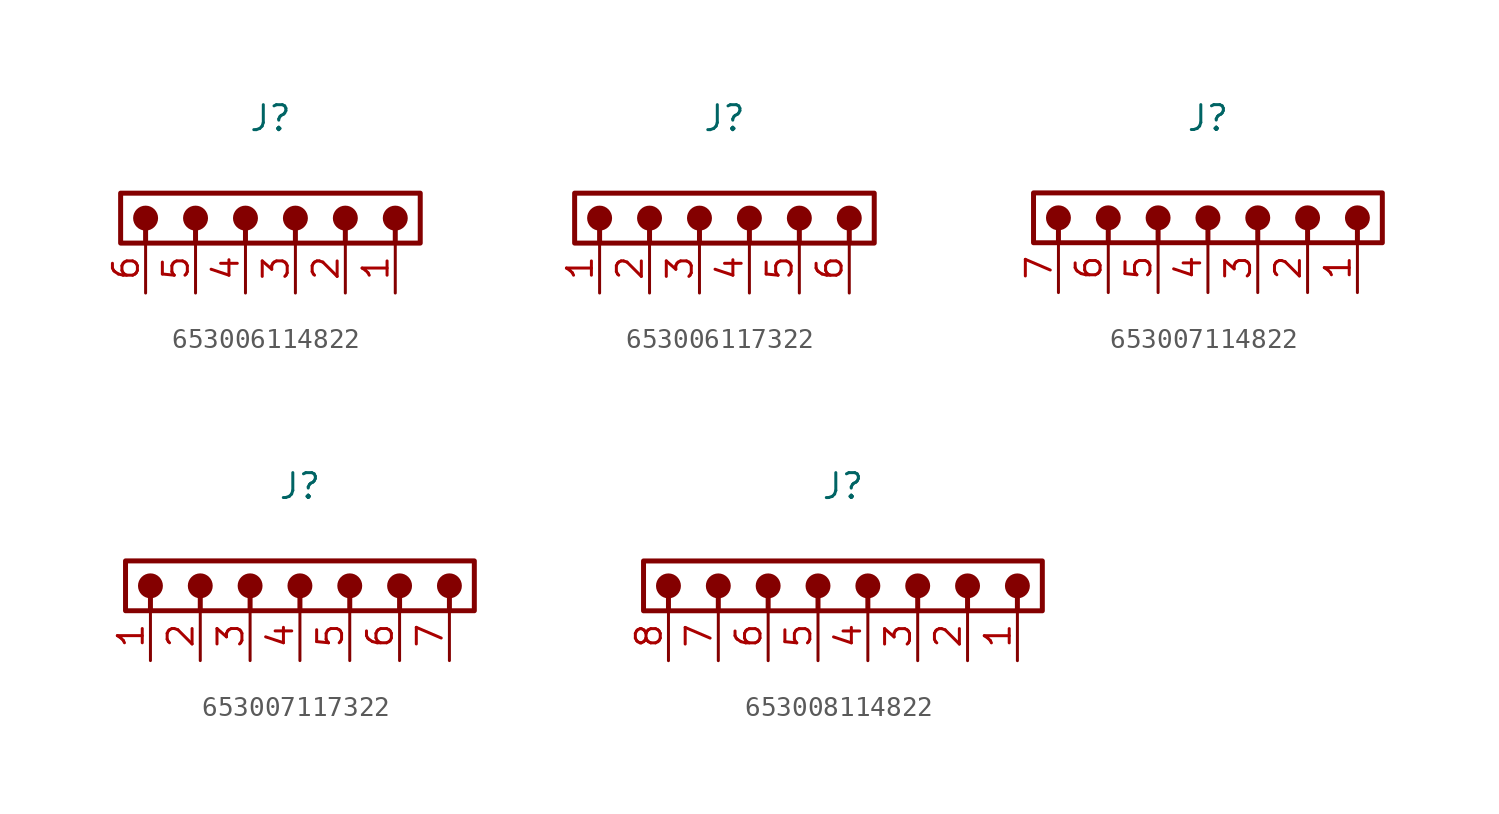
<source format=kicad_sym>
(kicad_symbol_lib
  (version 20241209)
  (generator "kicad_symbol_editor")
  (generator_version "9.0")
  (symbol "653006114822"
    (pin_names
      (hide yes))
    (property "Reference" "J"
      (at 0 5.08 0)
      (effects (font (size 1.27 1.27))))
    (symbol "653006114822_1_1"
      (rectangle (start -7.62 1.27) (end 7.62 -1.27) (stroke (width 0.254) (type solid)) (fill (type none)))
      (circle (center -6.35 0) (radius 0.508) (stroke (width 0.254) (type solid)) (fill (type outline)))
      (polyline (pts (xy -6.35 -0.508) (xy -6.35 -1.27)) (stroke (width 0.254) (type solid)) (fill (type none)))
      (circle (center -3.81 0) (radius 0.508) (stroke (width 0.254) (type solid)) (fill (type outline)))
      (polyline (pts (xy -3.81 -0.508) (xy -3.81 -1.27)) (stroke (width 0.254) (type solid)) (fill (type none)))
      (circle (center -1.27 0) (radius 0.508) (stroke (width 0.254) (type solid)) (fill (type outline)))
      (polyline (pts (xy -1.27 -0.508) (xy -1.27 -1.27)) (stroke (width 0.254) (type solid)) (fill (type none)))
      (circle (center 1.27 0) (radius 0.508) (stroke (width 0.254) (type solid)) (fill (type outline)))
      (polyline (pts (xy 1.27 -0.508) (xy 1.27 -1.27)) (stroke (width 0.254) (type solid)) (fill (type none)))
      (circle (center 3.81 0) (radius 0.508) (stroke (width 0.254) (type solid)) (fill (type outline)))
      (polyline (pts (xy 3.81 -0.508) (xy 3.81 -1.27)) (stroke (width 0.254) (type solid)) (fill (type none)))
      (circle (center 6.35 0) (radius 0.508) (stroke (width 0.254) (type solid)) (fill (type outline)))
      (polyline (pts (xy 6.35 -0.508) (xy 6.35 -1.27)) (stroke (width 0.254) (type solid)) (fill (type none)))
      (pin passive line (at -6.35 -3.81 90) (length 2.54) (name "6" (effects (font (size 1.27 1.27)))) (number "6" (effects (font (size 1.27 1.27)))))
      (pin passive line (at -3.81 -3.81 90) (length 2.54) (name "5" (effects (font (size 1.27 1.27)))) (number "5" (effects (font (size 1.27 1.27)))))
      (pin passive line (at -1.27 -3.81 90) (length 2.54) (name "4" (effects (font (size 1.27 1.27)))) (number "4" (effects (font (size 1.27 1.27)))))
      (pin passive line (at 1.27 -3.81 90) (length 2.54) (name "3" (effects (font (size 1.27 1.27)))) (number "3" (effects (font (size 1.27 1.27)))))
      (pin passive line (at 3.81 -3.81 90) (length 2.54) (name "2" (effects (font (size 1.27 1.27)))) (number "2" (effects (font (size 1.27 1.27)))))
      (pin passive line (at 6.35 -3.81 90) (length 2.54) (name "1" (effects (font (size 1.27 1.27)))) (number "1" (effects (font (size 1.27 1.27)))))))
  (symbol "653006117322"
    (pin_names
      (hide yes))
    (property "Reference" "J"
      (at 0 5.08 0)
      (effects (font (size 1.27 1.27))))
    (symbol "653006117322_1_1"
      (rectangle (start -7.62 1.27) (end 7.62 -1.27) (stroke (width 0.254) (type solid)) (fill (type none)))
      (circle (center -6.35 0) (radius 0.508) (stroke (width 0.254) (type solid)) (fill (type outline)))
      (polyline (pts (xy -6.35 -0.508) (xy -6.35 -1.27)) (stroke (width 0.254) (type solid)) (fill (type none)))
      (circle (center -3.81 0) (radius 0.508) (stroke (width 0.254) (type solid)) (fill (type outline)))
      (polyline (pts (xy -3.81 -0.508) (xy -3.81 -1.27)) (stroke (width 0.254) (type solid)) (fill (type none)))
      (circle (center -1.27 0) (radius 0.508) (stroke (width 0.254) (type solid)) (fill (type outline)))
      (polyline (pts (xy -1.27 -0.508) (xy -1.27 -1.27)) (stroke (width 0.254) (type solid)) (fill (type none)))
      (circle (center 1.27 0) (radius 0.508) (stroke (width 0.254) (type solid)) (fill (type outline)))
      (polyline (pts (xy 1.27 -0.508) (xy 1.27 -1.27)) (stroke (width 0.254) (type solid)) (fill (type none)))
      (circle (center 3.81 0) (radius 0.508) (stroke (width 0.254) (type solid)) (fill (type outline)))
      (polyline (pts (xy 3.81 -0.508) (xy 3.81 -1.27)) (stroke (width 0.254) (type solid)) (fill (type none)))
      (circle (center 6.35 0) (radius 0.508) (stroke (width 0.254) (type solid)) (fill (type outline)))
      (polyline (pts (xy 6.35 -0.508) (xy 6.35 -1.27)) (stroke (width 0.254) (type solid)) (fill (type none)))
      (pin passive line (at -6.35 -3.81 90) (length 2.54) (name "1" (effects (font (size 1.27 1.27)))) (number "1" (effects (font (size 1.27 1.27)))))
      (pin passive line (at -3.81 -3.81 90) (length 2.54) (name "2" (effects (font (size 1.27 1.27)))) (number "2" (effects (font (size 1.27 1.27)))))
      (pin passive line (at -1.27 -3.81 90) (length 2.54) (name "3" (effects (font (size 1.27 1.27)))) (number "3" (effects (font (size 1.27 1.27)))))
      (pin passive line (at 1.27 -3.81 90) (length 2.54) (name "4" (effects (font (size 1.27 1.27)))) (number "4" (effects (font (size 1.27 1.27)))))
      (pin passive line (at 3.81 -3.81 90) (length 2.54) (name "5" (effects (font (size 1.27 1.27)))) (number "5" (effects (font (size 1.27 1.27)))))
      (pin passive line (at 6.35 -3.81 90) (length 2.54) (name "6" (effects (font (size 1.27 1.27)))) (number "6" (effects (font (size 1.27 1.27)))))))
  (symbol "653007114822"
    (pin_names
      (hide yes))
    (property "Reference" "J"
      (at 0 5.08 0)
      (effects (font (size 1.27 1.27))))
    (symbol "653007114822_1_1"
      (rectangle (start -8.89 1.27) (end 8.89 -1.27) (stroke (width 0.254) (type solid)) (fill (type none)))
      (circle (center -7.62 0) (radius 0.508) (stroke (width 0.254) (type solid)) (fill (type outline)))
      (polyline (pts (xy -7.62 -0.508) (xy -7.62 -1.27)) (stroke (width 0.254) (type solid)) (fill (type none)))
      (circle (center -5.08 0) (radius 0.508) (stroke (width 0.254) (type solid)) (fill (type outline)))
      (polyline (pts (xy -5.08 -0.508) (xy -5.08 -1.27)) (stroke (width 0.254) (type solid)) (fill (type none)))
      (circle (center -2.54 0) (radius 0.508) (stroke (width 0.254) (type solid)) (fill (type outline)))
      (polyline (pts (xy -2.54 -0.508) (xy -2.54 -1.27)) (stroke (width 0.254) (type solid)) (fill (type none)))
      (circle (center 0 0) (radius 0.508) (stroke (width 0.254) (type solid)) (fill (type outline)))
      (polyline (pts (xy 0 -0.508) (xy 0 -1.27)) (stroke (width 0.254) (type solid)) (fill (type none)))
      (circle (center 2.54 0) (radius 0.508) (stroke (width 0.254) (type solid)) (fill (type outline)))
      (polyline (pts (xy 2.54 -0.508) (xy 2.54 -1.27)) (stroke (width 0.254) (type solid)) (fill (type none)))
      (circle (center 5.08 0) (radius 0.508) (stroke (width 0.254) (type solid)) (fill (type outline)))
      (polyline (pts (xy 5.08 -0.508) (xy 5.08 -1.27)) (stroke (width 0.254) (type solid)) (fill (type none)))
      (circle (center 7.62 0) (radius 0.508) (stroke (width 0.254) (type solid)) (fill (type outline)))
      (polyline (pts (xy 7.62 -0.508) (xy 7.62 -1.27)) (stroke (width 0.254) (type solid)) (fill (type none)))
      (pin passive line (at -7.62 -3.81 90) (length 2.54) (name "7" (effects (font (size 1.27 1.27)))) (number "7" (effects (font (size 1.27 1.27)))))
      (pin passive line (at -5.08 -3.81 90) (length 2.54) (name "6" (effects (font (size 1.27 1.27)))) (number "6" (effects (font (size 1.27 1.27)))))
      (pin passive line (at -2.54 -3.81 90) (length 2.54) (name "5" (effects (font (size 1.27 1.27)))) (number "5" (effects (font (size 1.27 1.27)))))
      (pin passive line (at 0 -3.81 90) (length 2.54) (name "4" (effects (font (size 1.27 1.27)))) (number "4" (effects (font (size 1.27 1.27)))))
      (pin passive line (at 2.54 -3.81 90) (length 2.54) (name "3" (effects (font (size 1.27 1.27)))) (number "3" (effects (font (size 1.27 1.27)))))
      (pin passive line (at 5.08 -3.81 90) (length 2.54) (name "2" (effects (font (size 1.27 1.27)))) (number "2" (effects (font (size 1.27 1.27)))))
      (pin passive line (at 7.62 -3.81 90) (length 2.54) (name "1" (effects (font (size 1.27 1.27)))) (number "1" (effects (font (size 1.27 1.27)))))))
  (symbol "653007117322"
    (pin_names
      (hide yes))
    (property "Reference" "J"
      (at 0 5.08 0)
      (effects (font (size 1.27 1.27))))
    (symbol "653007117322_1_1"
      (rectangle (start -8.89 1.27) (end 8.89 -1.27) (stroke (width 0.254) (type solid)) (fill (type none)))
      (circle (center -7.62 0) (radius 0.508) (stroke (width 0.254) (type solid)) (fill (type outline)))
      (polyline (pts (xy -7.62 -0.508) (xy -7.62 -1.27)) (stroke (width 0.254) (type solid)) (fill (type none)))
      (circle (center -5.08 0) (radius 0.508) (stroke (width 0.254) (type solid)) (fill (type outline)))
      (polyline (pts (xy -5.08 -0.508) (xy -5.08 -1.27)) (stroke (width 0.254) (type solid)) (fill (type none)))
      (circle (center -2.54 0) (radius 0.508) (stroke (width 0.254) (type solid)) (fill (type outline)))
      (polyline (pts (xy -2.54 -0.508) (xy -2.54 -1.27)) (stroke (width 0.254) (type solid)) (fill (type none)))
      (circle (center 0 0) (radius 0.508) (stroke (width 0.254) (type solid)) (fill (type outline)))
      (polyline (pts (xy 0 -0.508) (xy 0 -1.27)) (stroke (width 0.254) (type solid)) (fill (type none)))
      (circle (center 2.54 0) (radius 0.508) (stroke (width 0.254) (type solid)) (fill (type outline)))
      (polyline (pts (xy 2.54 -0.508) (xy 2.54 -1.27)) (stroke (width 0.254) (type solid)) (fill (type none)))
      (circle (center 5.08 0) (radius 0.508) (stroke (width 0.254) (type solid)) (fill (type outline)))
      (polyline (pts (xy 5.08 -0.508) (xy 5.08 -1.27)) (stroke (width 0.254) (type solid)) (fill (type none)))
      (circle (center 7.62 0) (radius 0.508) (stroke (width 0.254) (type solid)) (fill (type outline)))
      (polyline (pts (xy 7.62 -0.508) (xy 7.62 -1.27)) (stroke (width 0.254) (type solid)) (fill (type none)))
      (pin passive line (at -7.62 -3.81 90) (length 2.54) (name "1" (effects (font (size 1.27 1.27)))) (number "1" (effects (font (size 1.27 1.27)))))
      (pin passive line (at -5.08 -3.81 90) (length 2.54) (name "2" (effects (font (size 1.27 1.27)))) (number "2" (effects (font (size 1.27 1.27)))))
      (pin passive line (at -2.54 -3.81 90) (length 2.54) (name "3" (effects (font (size 1.27 1.27)))) (number "3" (effects (font (size 1.27 1.27)))))
      (pin passive line (at 0 -3.81 90) (length 2.54) (name "4" (effects (font (size 1.27 1.27)))) (number "4" (effects (font (size 1.27 1.27)))))
      (pin passive line (at 2.54 -3.81 90) (length 2.54) (name "5" (effects (font (size 1.27 1.27)))) (number "5" (effects (font (size 1.27 1.27)))))
      (pin passive line (at 5.08 -3.81 90) (length 2.54) (name "6" (effects (font (size 1.27 1.27)))) (number "6" (effects (font (size 1.27 1.27)))))
      (pin passive line (at 7.62 -3.81 90) (length 2.54) (name "7" (effects (font (size 1.27 1.27)))) (number "7" (effects (font (size 1.27 1.27)))))))
  (symbol "653008114822"
    (pin_names
      (hide yes))
    (property "Reference" "J"
      (at 0 5.08 0)
      (effects (font (size 1.27 1.27))))
    (symbol "653008114822_1_1"
      (rectangle (start -10.16 1.27) (end 10.16 -1.27) (stroke (width 0.254) (type solid)) (fill (type none)))
      (circle (center -8.89 0) (radius 0.508) (stroke (width 0.254) (type solid)) (fill (type outline)))
      (polyline (pts (xy -8.89 -0.508) (xy -8.89 -1.27)) (stroke (width 0.254) (type solid)) (fill (type none)))
      (circle (center -6.35 0) (radius 0.508) (stroke (width 0.254) (type solid)) (fill (type outline)))
      (polyline (pts (xy -6.35 -0.508) (xy -6.35 -1.27)) (stroke (width 0.254) (type solid)) (fill (type none)))
      (circle (center -3.81 0) (radius 0.508) (stroke (width 0.254) (type solid)) (fill (type outline)))
      (polyline (pts (xy -3.81 -0.508) (xy -3.81 -1.27)) (stroke (width 0.254) (type solid)) (fill (type none)))
      (circle (center -1.27 0) (radius 0.508) (stroke (width 0.254) (type solid)) (fill (type outline)))
      (polyline (pts (xy -1.27 -0.508) (xy -1.27 -1.27)) (stroke (width 0.254) (type solid)) (fill (type none)))
      (circle (center 1.27 0) (radius 0.508) (stroke (width 0.254) (type solid)) (fill (type outline)))
      (polyline (pts (xy 1.27 -0.508) (xy 1.27 -1.27)) (stroke (width 0.254) (type solid)) (fill (type none)))
      (circle (center 3.81 0) (radius 0.508) (stroke (width 0.254) (type solid)) (fill (type outline)))
      (polyline (pts (xy 3.81 -0.508) (xy 3.81 -1.27)) (stroke (width 0.254) (type solid)) (fill (type none)))
      (circle (center 6.35 0) (radius 0.508) (stroke (width 0.254) (type solid)) (fill (type outline)))
      (polyline (pts (xy 6.35 -0.508) (xy 6.35 -1.27)) (stroke (width 0.254) (type solid)) (fill (type none)))
      (circle (center 8.89 0) (radius 0.508) (stroke (width 0.254) (type solid)) (fill (type outline)))
      (polyline (pts (xy 8.89 -0.508) (xy 8.89 -1.27)) (stroke (width 0.254) (type solid)) (fill (type none)))
      (pin passive line (at -8.89 -3.81 90) (length 2.54) (name "8" (effects (font (size 1.27 1.27)))) (number "8" (effects (font (size 1.27 1.27)))))
      (pin passive line (at -6.35 -3.81 90) (length 2.54) (name "7" (effects (font (size 1.27 1.27)))) (number "7" (effects (font (size 1.27 1.27)))))
      (pin passive line (at -3.81 -3.81 90) (length 2.54) (name "6" (effects (font (size 1.27 1.27)))) (number "6" (effects (font (size 1.27 1.27)))))
      (pin passive line (at -1.27 -3.81 90) (length 2.54) (name "5" (effects (font (size 1.27 1.27)))) (number "5" (effects (font (size 1.27 1.27)))))
      (pin passive line (at 1.27 -3.81 90) (length 2.54) (name "4" (effects (font (size 1.27 1.27)))) (number "4" (effects (font (size 1.27 1.27)))))
      (pin passive line (at 3.81 -3.81 90) (length 2.54) (name "3" (effects (font (size 1.27 1.27)))) (number "3" (effects (font (size 1.27 1.27)))))
      (pin passive line (at 6.35 -3.81 90) (length 2.54) (name "2" (effects (font (size 1.27 1.27)))) (number "2" (effects (font (size 1.27 1.27)))))
      (pin passive line (at 8.89 -3.81 90) (length 2.54) (name "1" (effects (font (size 1.27 1.27)))) (number "1" (effects (font (size 1.27 1.27))))))))
</source>
